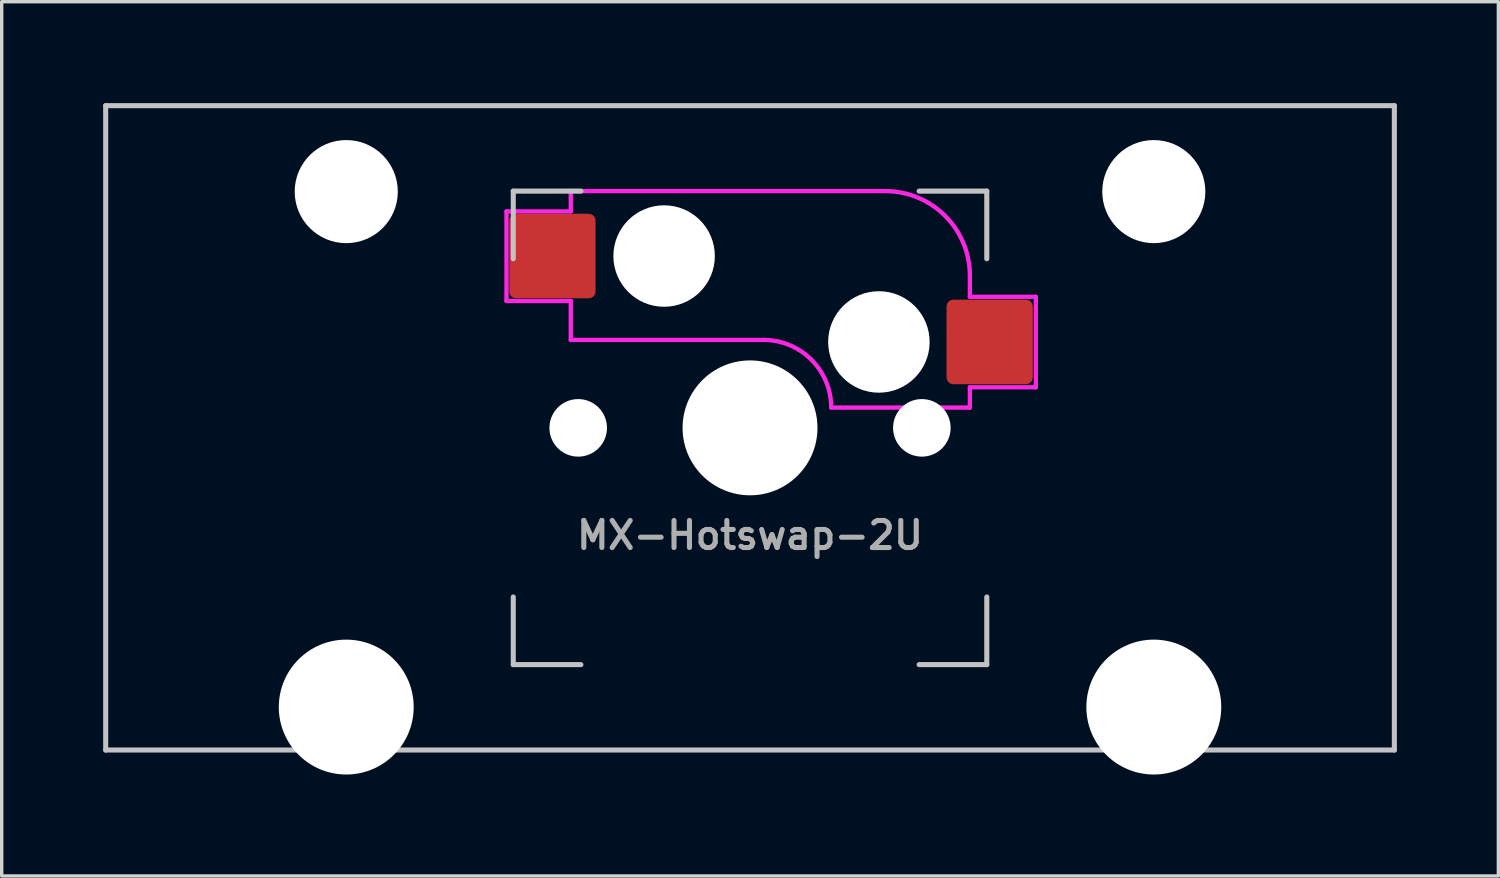
<source format=kicad_pcb>
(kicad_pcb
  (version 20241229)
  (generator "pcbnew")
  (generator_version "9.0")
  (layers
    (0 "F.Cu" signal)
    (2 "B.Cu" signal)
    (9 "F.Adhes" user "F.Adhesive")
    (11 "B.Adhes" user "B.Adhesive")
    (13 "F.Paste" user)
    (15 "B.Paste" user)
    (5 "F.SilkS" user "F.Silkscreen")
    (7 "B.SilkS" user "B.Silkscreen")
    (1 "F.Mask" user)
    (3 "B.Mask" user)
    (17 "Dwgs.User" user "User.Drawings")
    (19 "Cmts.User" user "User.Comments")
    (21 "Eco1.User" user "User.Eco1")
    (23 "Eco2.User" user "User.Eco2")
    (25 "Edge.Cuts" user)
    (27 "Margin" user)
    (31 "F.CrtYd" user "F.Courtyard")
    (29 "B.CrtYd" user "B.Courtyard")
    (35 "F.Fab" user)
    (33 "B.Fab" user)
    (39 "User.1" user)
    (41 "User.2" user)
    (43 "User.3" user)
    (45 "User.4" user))
  (footprint "MX-Hotswap-2U"
    (layer "F.Cu")
    (at 19.125 9.6)
    (property "Reference" "MX-Hotswap-2U" (at 0 3.175 0) (layer "F.Fab") (effects (font (size 0.8 0.8) (thickness 0.15))))
    (attr smd)
    (fp_line (start -19.05 9.525) (end -19.05 -9.525) (stroke (width 0.15) (type solid)) (layer "Dwgs.User"))
    (fp_line (start -7 -7) (end -5 -7) (stroke (width 0.15) (type solid)) (layer "Dwgs.User"))
    (fp_line (start -7 -5) (end -7 -7) (stroke (width 0.15) (type solid)) (layer "Dwgs.User"))
    (fp_line (start -7 5) (end -7 7) (stroke (width 0.15) (type solid)) (layer "Dwgs.User"))
    (fp_line (start -7 7) (end -5 7) (stroke (width 0.15) (type solid)) (layer "Dwgs.User"))
    (fp_line (start 5 7) (end 7 7) (stroke (width 0.15) (type solid)) (layer "Dwgs.User"))
    (fp_line (start 7 -7) (end 5 -7) (stroke (width 0.15) (type solid)) (layer "Dwgs.User"))
    (fp_line (start 7 -5) (end 7 -7) (stroke (width 0.15) (type solid)) (layer "Dwgs.User"))
    (fp_line (start 7 7) (end 7 5) (stroke (width 0.15) (type solid)) (layer "Dwgs.User"))
    (fp_line (start 19.05 -9.525) (end -19.05 -9.525) (stroke (width 0.15) (type solid)) (layer "Dwgs.User"))
    (fp_line (start 19.05 9.525) (end -19.05 9.525) (stroke (width 0.15) (type solid)) (layer "Dwgs.User"))
    (fp_line (start 19.05 9.525) (end 19.05 -9.525) (stroke (width 0.15) (type solid)) (layer "Dwgs.User"))
    (fp_line (start -7.2 -6.4) (end -5.3 -6.4) (stroke (width 0.127) (type solid)) (layer "F.CrtYd"))
    (fp_line (start -7.2 -3.75) (end -7.2 -6.4) (stroke (width 0.127) (type solid)) (layer "F.CrtYd"))
    (fp_line (start -5.3 -6.4) (end -5.3 -7) (stroke (width 0.127) (type solid)) (layer "F.CrtYd"))
    (fp_line (start -5.3 -3.75) (end -7.2 -3.75) (stroke (width 0.127) (type solid)) (layer "F.CrtYd"))
    (fp_line (start -5.3 -3.75) (end -5.3 -2.6) (stroke (width 0.127) (type solid)) (layer "F.CrtYd"))
    (fp_line (start -5.3 -2.6) (end 0.4 -2.6) (stroke (width 0.127) (type solid)) (layer "F.CrtYd"))
    (fp_line (start 2.4 -0.6) (end 6.5 -0.6) (stroke (width 0.127) (type solid)) (layer "F.CrtYd"))
    (fp_line (start 4 -7) (end -5.3 -7) (stroke (width 0.127) (type solid)) (layer "F.CrtYd"))
    (fp_line (start 6.5 -3.875) (end 6.5 -4.5) (stroke (width 0.127) (type solid)) (layer "F.CrtYd"))
    (fp_line (start 6.5 -1.2) (end 6.5 -0.6) (stroke (width 0.127) (type solid)) (layer "F.CrtYd"))
    (fp_line (start 6.5 -1.2) (end 8.45 -1.2) (stroke (width 0.127) (type solid)) (layer "F.CrtYd"))
    (fp_line (start 8.45 -3.875) (end 6.5 -3.875) (stroke (width 0.127) (type solid)) (layer "F.CrtYd"))
    (fp_line (start 8.45 -1.2) (end 8.45 -3.875) (stroke (width 0.127) (type solid)) (layer "F.CrtYd"))
    (fp_arc (start 0.4 -2.6) (mid 1.814214 -2.014214) (end 2.4 -0.6) (stroke (width 0.127) (type solid)) (layer "F.CrtYd"))
    (fp_arc (start 4 -7) (mid 5.767767 -6.267767) (end 6.5 -4.5) (stroke (width 0.127) (type solid)) (layer "F.CrtYd"))
    (pad "" np_thru_hole circle (at -11.938 -6.985) (size 3.048 3.048) (drill 3.048) (layers "*.Cu" "*.Mask"))
    (pad "" np_thru_hole circle (at -11.938 8.255) (size 3.988 3.988) (drill 3.988) (layers "*.Cu" "*.Mask"))
    (pad "" np_thru_hole circle (at -5.08 0 311.901) (size 1.702 1.702) (drill 1.702) (layers "*.Cu" "*.Mask"))
    (pad "" np_thru_hole circle (at -2.54 -5.08) (size 3 3) (drill 3) (layers "*.Cu" "*.Mask"))
    (pad "" np_thru_hole circle (at 0 0) (size 3.988 3.988) (drill 3.988) (layers "*.Cu" "*.Mask"))
    (pad "" np_thru_hole circle (at 3.81 -2.54) (size 3 3) (drill 3) (layers "*.Cu" "*.Mask"))
    (pad "" np_thru_hole circle (at 5.08 0 311.901) (size 1.702 1.702) (drill 1.702) (layers "*.Cu" "*.Mask"))
    (pad "" np_thru_hole circle (at 11.938 -6.985) (size 3.048 3.048) (drill 3.048) (layers "*.Cu" "*.Mask"))
    (pad "" np_thru_hole circle (at 11.938 8.255) (size 3.988 3.988) (drill 3.988) (layers "*.Cu" "*.Mask"))
    (pad "1" smd roundrect (at 7.085 -2.54) (size 2.55 2.5) (layers "F.Cu" "F.Mask" "F.Paste") (roundrect_rratio 0.08))
    (pad "2" smd roundrect (at -5.842 -5.08) (size 2.55 2.5) (layers "F.Cu" "F.Mask" "F.Paste") (roundrect_rratio 0.08)))
  (gr_rect
    (start -3 -3)
    (end 41.25 22.849)
    (stroke (width 0.1) (type default))
    (fill no)
    (layer "Edge.Cuts")))
</source>
